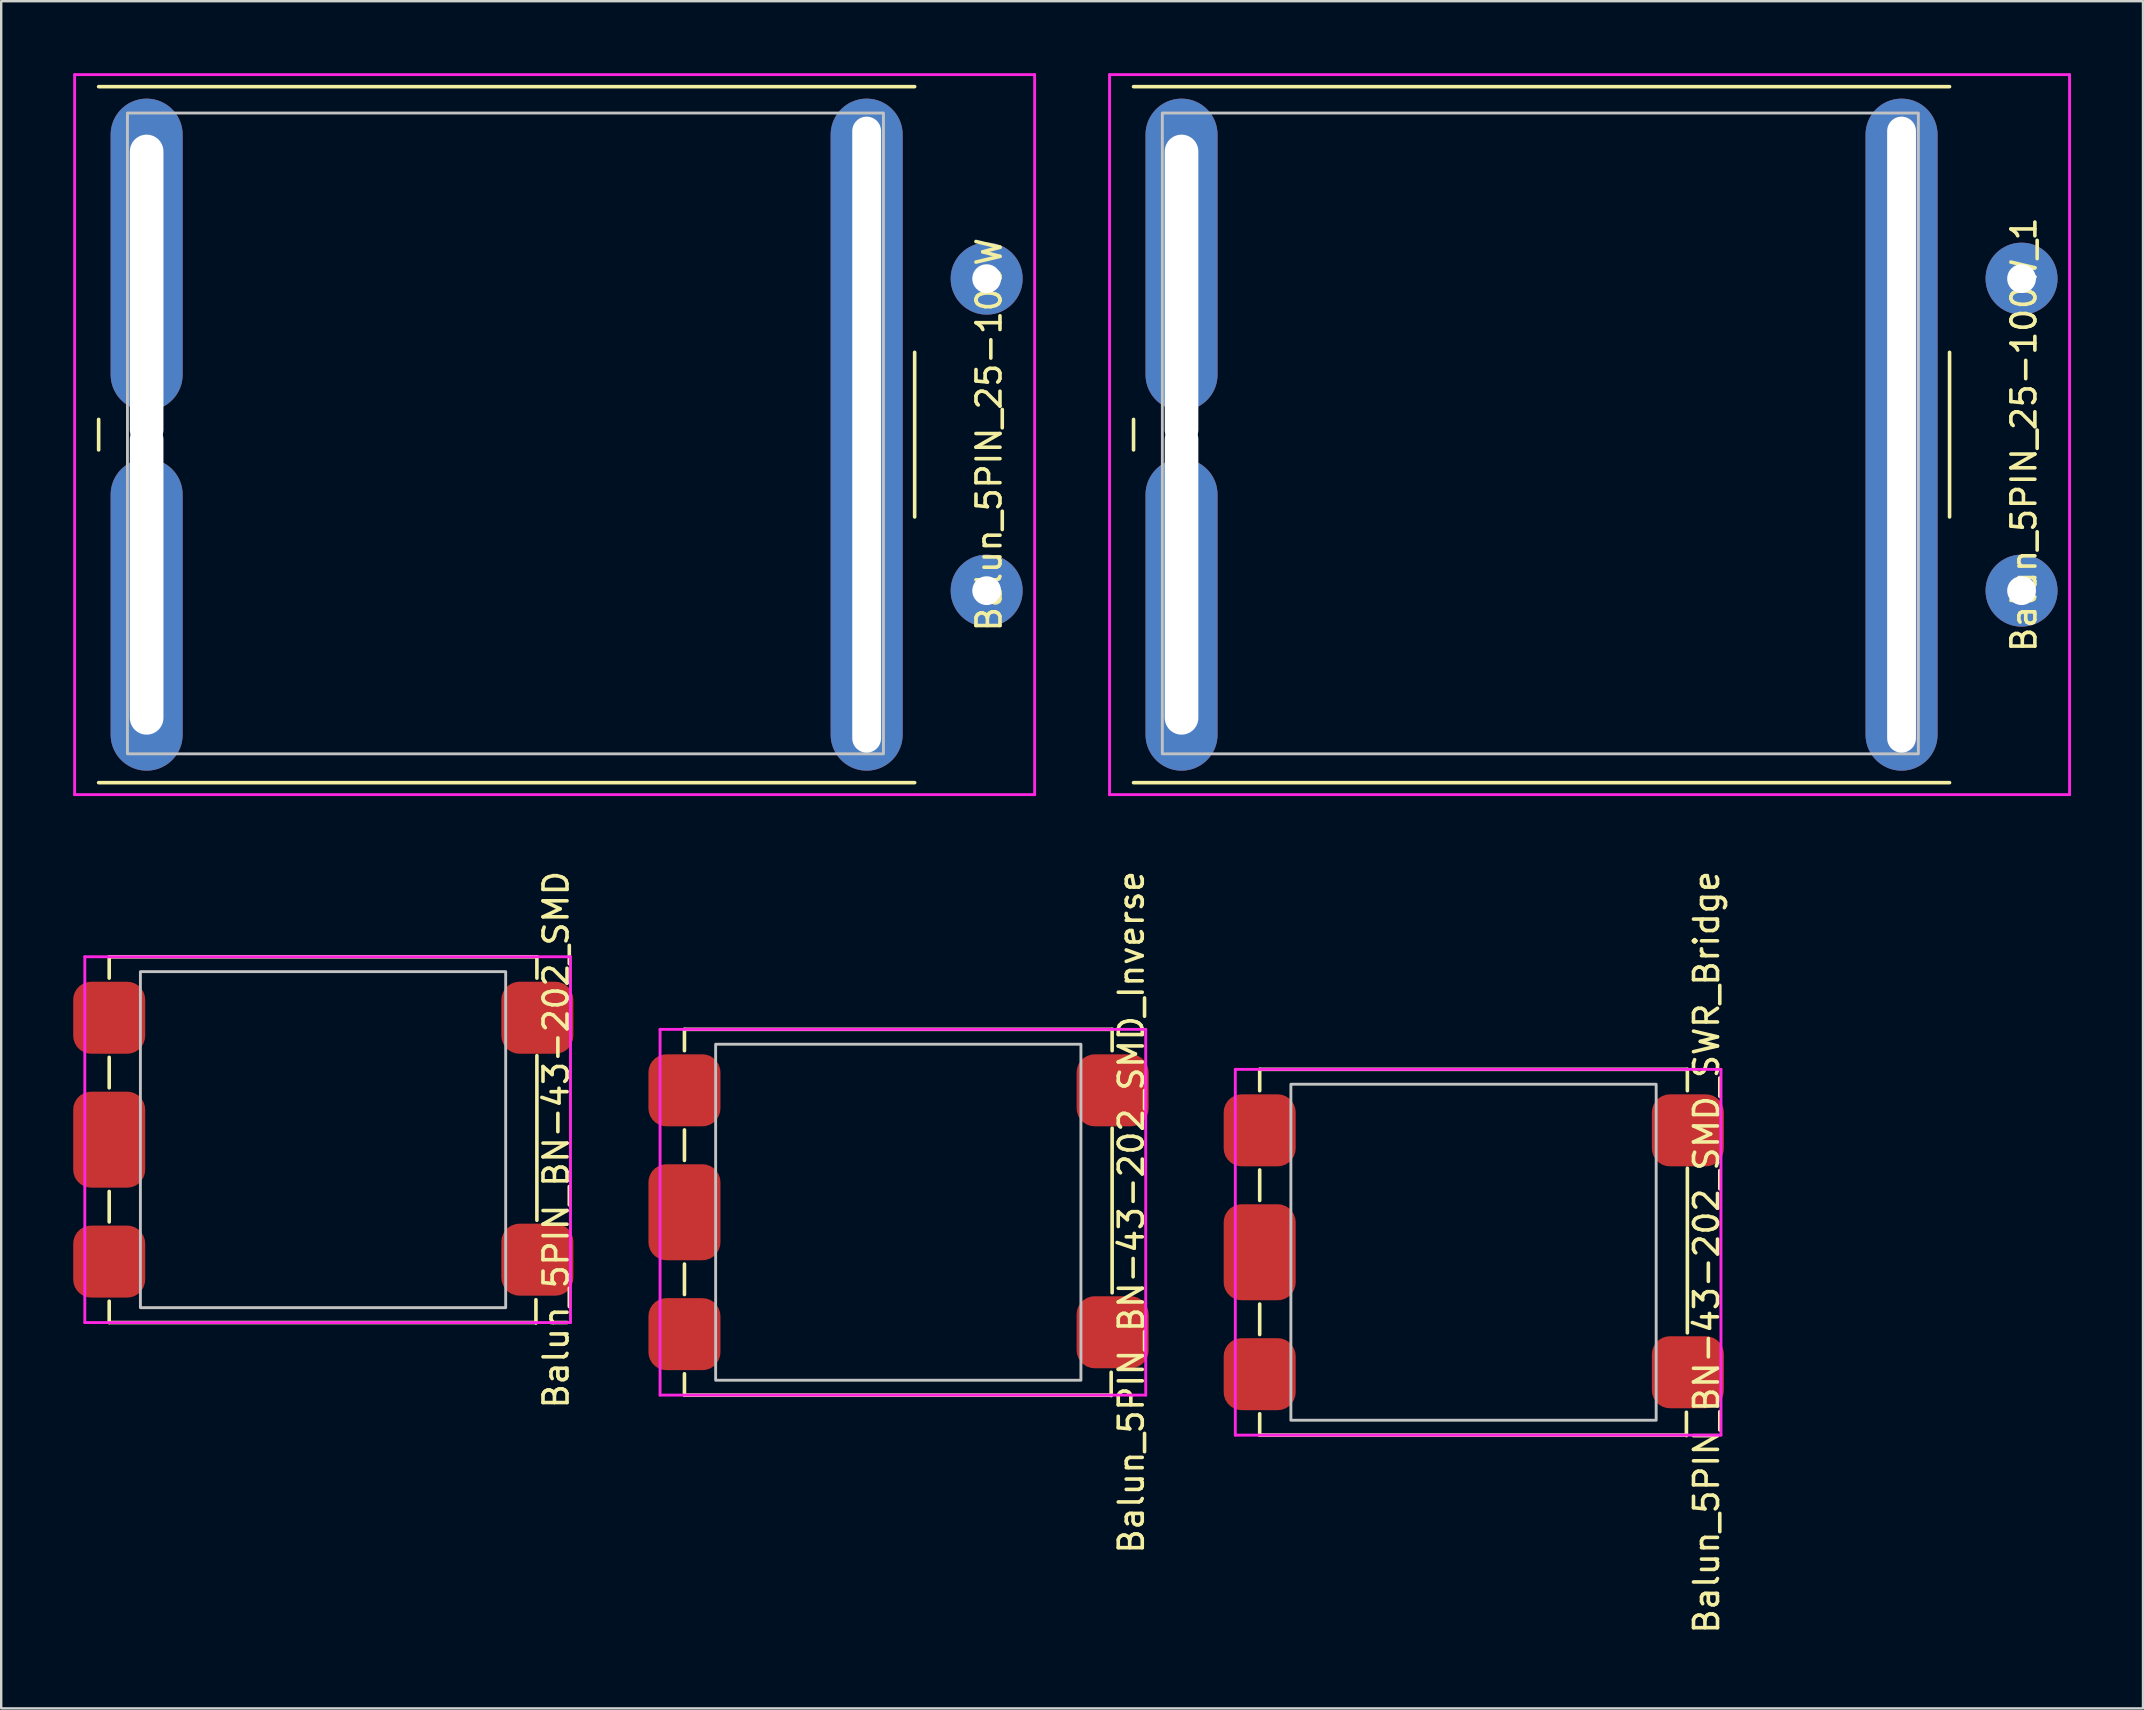
<source format=kicad_pcb>
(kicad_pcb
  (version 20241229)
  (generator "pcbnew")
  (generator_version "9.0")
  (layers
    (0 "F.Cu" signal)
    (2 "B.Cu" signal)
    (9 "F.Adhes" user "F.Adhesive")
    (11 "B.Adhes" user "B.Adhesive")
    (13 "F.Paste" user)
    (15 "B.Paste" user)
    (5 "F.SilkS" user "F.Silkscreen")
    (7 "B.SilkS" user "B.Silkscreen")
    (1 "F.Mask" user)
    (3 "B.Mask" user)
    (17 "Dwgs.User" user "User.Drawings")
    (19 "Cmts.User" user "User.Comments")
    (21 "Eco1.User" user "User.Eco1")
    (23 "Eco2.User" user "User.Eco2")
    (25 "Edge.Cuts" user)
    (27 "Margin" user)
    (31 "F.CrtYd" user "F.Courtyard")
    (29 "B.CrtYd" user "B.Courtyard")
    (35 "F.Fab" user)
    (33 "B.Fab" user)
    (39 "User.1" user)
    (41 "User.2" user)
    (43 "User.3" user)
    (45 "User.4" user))
  (footprint "Balun_5PIN_BN-43-202_SMD_SWR_Bridge"
    (layer "F.Cu")
    (at 58.356 49.126)
    (property "Reference" "Balun_5PIN_BN-43-202_SMD_SWR_Bridge" (at 9.7 0 90) (layer "F.SilkS") (effects (font (size 1 1) (thickness 0.15))))
    (attr through_hole)
    (fp_line (start -8.92 -7.62) (end 8.9 -7.62) (stroke (width 0.15) (type solid)) (layer "F.SilkS"))
    (fp_line (start -8.92 -6.731) (end -8.92 -7.62) (stroke (width 0.15) (type solid)) (layer "F.SilkS"))
    (fp_line (start -8.92 -3.429) (end -8.92 -2.159) (stroke (width 0.15) (type solid)) (layer "F.SilkS"))
    (fp_line (start -8.92 3.429) (end -8.92 2.159) (stroke (width 0.15) (type solid)) (layer "F.SilkS"))
    (fp_line (start -8.92 7.62) (end -8.92 6.731) (stroke (width 0.15) (type solid)) (layer "F.SilkS"))
    (fp_line (start 8.86 6.668) (end 8.86 7.64) (stroke (width 0.15) (type solid)) (layer "F.SilkS"))
    (fp_line (start 8.86 7.62) (end -8.92 7.62) (stroke (width 0.15) (type solid)) (layer "F.SilkS"))
    (fp_line (start 8.9 -7.62) (end 8.9 -6.731) (stroke (width 0.15) (type solid)) (layer "F.SilkS"))
    (fp_line (start 8.9 -3.5) (end 8.9 3.358) (stroke (width 0.15) (type solid)) (layer "F.SilkS"))
    (fp_rect (start -7.62 -7) (end 7.6 7) (stroke (width 0.12) (type solid)) (fill no) (layer "Dwgs.User"))
    (fp_line (start -9.936 -7.62) (end 10.3 -7.62) (stroke (width 0.12) (type solid)) (layer "F.CrtYd"))
    (fp_line (start -9.936 7.62) (end -9.936 -7.62) (stroke (width 0.12) (type solid)) (layer "F.CrtYd"))
    (fp_line (start 10.3 -7.62) (end 10.3 7.62) (stroke (width 0.12) (type solid)) (layer "F.CrtYd"))
    (fp_line (start 10.3 7.62) (end -9.936 7.62) (stroke (width 0.12) (type solid)) (layer "F.CrtYd"))
    (pad "1" smd roundrect (at 8.92 5) (size 3 3) (layers "F.Cu" "F.Mask" "F.Paste") (roundrect_rratio 0.25))
    (pad "2" smd roundrect (at -8.92 5.08) (size 3 3) (layers "F.Cu" "F.Mask" "F.Paste") (roundrect_rratio 0.25))
    (pad "3" smd roundrect (at -8.92 0) (size 3 4) (layers "F.Cu" "F.Mask" "F.Paste") (roundrect_rratio 0.25))
    (pad "4" smd roundrect (at -8.92 -5.08) (size 3 3) (layers "F.Cu" "F.Mask" "F.Paste") (roundrect_rratio 0.25))
    (pad "5" smd roundrect (at 8.92 -5.08) (size 3 3) (layers "F.Cu" "F.Mask" "F.Paste") (roundrect_rratio 0.25)))
  (footprint "Balun_5PIN_25-100W"
    (layer "F.Cu")
    (at 18.06 15.06)
    (property "Reference" "Balun_5PIN_25-100W" (at 20.1 0 90) (layer "F.SilkS") (effects (font (size 1 1) (thickness 0.15))))
    (attr through_hole)
    (fp_line (start -17 -14.5) (end 17 -14.5) (stroke (width 0.15) (type solid)) (layer "F.SilkS"))
    (fp_line (start -17 -0.635) (end -17 0.635) (stroke (width 0.15) (type solid)) (layer "F.SilkS"))
    (fp_line (start 17 -3.429) (end 17 3.429) (stroke (width 0.15) (type solid)) (layer "F.SilkS"))
    (fp_line (start 17 14.5) (end -17 14.5) (stroke (width 0.15) (type solid)) (layer "F.SilkS"))
    (fp_rect (start -15.8 -13.4) (end 15.7 13.3) (stroke (width 0.12) (type solid)) (fill no) (layer "Dwgs.User"))
    (fp_line (start -18 -15) (end 22 -15) (stroke (width 0.12) (type solid)) (layer "F.CrtYd"))
    (fp_line (start -18 15) (end -18 -15) (stroke (width 0.12) (type solid)) (layer "F.CrtYd"))
    (fp_line (start 22 -15) (end 22 15) (stroke (width 0.12) (type solid)) (layer "F.CrtYd"))
    (fp_line (start 22 15) (end -18 15) (stroke (width 0.12) (type solid)) (layer "F.CrtYd"))
    (pad "1" thru_hole oval (at -15 -6) (size 3 13) (drill oval 1.4 14.5 (offset 0 -1.5)) (layers "*.Cu" "*.Mask"))
    (pad "2" thru_hole oval (at 15 0) (size 3 28) (drill oval 1.2 26.5) (layers "*.Cu" "*.Mask"))
    (pad "3" thru_hole oval (at -15 6) (size 3 13) (drill oval 1.4 14.5 (offset 0 1.5)) (layers "*.Cu" "*.Mask"))
    (pad "4" thru_hole circle (at 20 6.5) (size 3 3) (drill 1.2) (layers "*.Cu" "*.Mask"))
    (pad "5" thru_hole circle (at 20 -6.5) (size 3 3) (drill 1.2) (layers "*.Cu" "*.Mask")))
  (footprint "Balun_5PIN_BN-43-202_SMD_Inverse"
    (layer "F.Cu")
    (at 34.388 47.459)
    (property "Reference" "Balun_5PIN_BN-43-202_SMD_Inverse" (at 9.7 0 90) (layer "F.SilkS") (effects (font (size 1 1) (thickness 0.15))))
    (property "Value" "${VALUE}" (at 11.44 0 90) (layer "F.Fab") (hide yes) (effects (font (size 1 1) (thickness 0.15))))
    (attr through_hole)
    (fp_line (start -8.92 -7.62) (end 8.9 -7.62) (stroke (width 0.15) (type solid)) (layer "F.SilkS"))
    (fp_line (start -8.92 -6.731) (end -8.92 -7.62) (stroke (width 0.15) (type solid)) (layer "F.SilkS"))
    (fp_line (start -8.92 -3.429) (end -8.92 -2.159) (stroke (width 0.15) (type solid)) (layer "F.SilkS"))
    (fp_line (start -8.92 3.429) (end -8.92 2.159) (stroke (width 0.15) (type solid)) (layer "F.SilkS"))
    (fp_line (start -8.92 7.62) (end -8.92 6.731) (stroke (width 0.15) (type solid)) (layer "F.SilkS"))
    (fp_line (start 8.86 6.668) (end 8.86 7.64) (stroke (width 0.15) (type solid)) (layer "F.SilkS"))
    (fp_line (start 8.86 7.62) (end -8.92 7.62) (stroke (width 0.15) (type solid)) (layer "F.SilkS"))
    (fp_line (start 8.9 -7.62) (end 8.9 -6.731) (stroke (width 0.15) (type solid)) (layer "F.SilkS"))
    (fp_line (start 8.9 -3.5) (end 8.9 3.358) (stroke (width 0.15) (type solid)) (layer "F.SilkS"))
    (fp_rect (start -7.62 -7) (end 7.6 7) (stroke (width 0.12) (type solid)) (fill no) (layer "Dwgs.User"))
    (fp_line (start -9.936 -7.62) (end 10.3 -7.62) (stroke (width 0.12) (type solid)) (layer "F.CrtYd"))
    (fp_line (start -9.936 7.62) (end -9.936 -7.62) (stroke (width 0.12) (type solid)) (layer "F.CrtYd"))
    (fp_line (start 10.3 -7.62) (end 10.3 7.62) (stroke (width 0.12) (type solid)) (layer "F.CrtYd"))
    (fp_line (start 10.3 7.62) (end -9.936 7.62) (stroke (width 0.12) (type solid)) (layer "F.CrtYd"))
    (pad "1" smd roundrect (at 8.92 -5.08) (size 3 3) (layers "F.Cu" "F.Mask" "F.Paste") (roundrect_rratio 0.25))
    (pad "2" smd roundrect (at -8.92 0) (size 3 4) (layers "F.Cu" "F.Mask" "F.Paste") (roundrect_rratio 0.25))
    (pad "3" smd roundrect (at 8.92 5) (size 3 3) (layers "F.Cu" "F.Mask" "F.Paste") (roundrect_rratio 0.25))
    (pad "4" smd roundrect (at -8.92 5.08) (size 3 3) (layers "F.Cu" "F.Mask" "F.Paste") (roundrect_rratio 0.25))
    (pad "5" smd roundrect (at -8.92 -5.08) (size 3 3) (layers "F.Cu" "F.Mask" "F.Paste") (roundrect_rratio 0.25)))
  (footprint "Balun_5PIN_BN-43-202_SMD"
    (layer "F.Cu")
    (at 10.42 44.435)
    (property "Reference" "Balun_5PIN_BN-43-202_SMD" (at 9.7 0 90) (layer "F.SilkS") (effects (font (size 1 1) (thickness 0.15))))
    (attr through_hole)
    (fp_line (start -8.92 -7.62) (end 8.9 -7.62) (stroke (width 0.15) (type solid)) (layer "F.SilkS"))
    (fp_line (start -8.92 -6.731) (end -8.92 -7.62) (stroke (width 0.15) (type solid)) (layer "F.SilkS"))
    (fp_line (start -8.92 -3.429) (end -8.92 -2.159) (stroke (width 0.15) (type solid)) (layer "F.SilkS"))
    (fp_line (start -8.92 3.429) (end -8.92 2.159) (stroke (width 0.15) (type solid)) (layer "F.SilkS"))
    (fp_line (start -8.92 7.62) (end -8.92 6.731) (stroke (width 0.15) (type solid)) (layer "F.SilkS"))
    (fp_line (start 8.86 6.668) (end 8.86 7.64) (stroke (width 0.15) (type solid)) (layer "F.SilkS"))
    (fp_line (start 8.86 7.62) (end -8.92 7.62) (stroke (width 0.15) (type solid)) (layer "F.SilkS"))
    (fp_line (start 8.9 -7.62) (end 8.9 -6.731) (stroke (width 0.15) (type solid)) (layer "F.SilkS"))
    (fp_line (start 8.9 -3.5) (end 8.9 3.358) (stroke (width 0.15) (type solid)) (layer "F.SilkS"))
    (fp_rect (start -7.62 -7) (end 7.6 7) (stroke (width 0.12) (type solid)) (fill no) (layer "Dwgs.User"))
    (fp_line (start -9.936 -7.62) (end 10.3 -7.62) (stroke (width 0.12) (type solid)) (layer "F.CrtYd"))
    (fp_line (start -9.936 7.62) (end -9.936 -7.62) (stroke (width 0.12) (type solid)) (layer "F.CrtYd"))
    (fp_line (start 10.3 -7.62) (end 10.3 7.62) (stroke (width 0.12) (type solid)) (layer "F.CrtYd"))
    (fp_line (start 10.3 7.62) (end -9.936 7.62) (stroke (width 0.12) (type solid)) (layer "F.CrtYd"))
    (pad "1" smd roundrect (at -8.92 -5.08) (size 3 3) (layers "F.Cu" "F.Mask" "F.Paste") (roundrect_rratio 0.25))
    (pad "2" smd roundrect (at -8.92 0) (size 3 4) (layers "F.Cu" "F.Mask" "F.Paste") (roundrect_rratio 0.25))
    (pad "3" smd roundrect (at -8.92 5.08) (size 3 3) (layers "F.Cu" "F.Mask" "F.Paste") (roundrect_rratio 0.25))
    (pad "4" smd roundrect (at 8.92 5) (size 3 3) (layers "F.Cu" "F.Mask" "F.Paste") (roundrect_rratio 0.25))
    (pad "5" smd roundrect (at 8.92 -5.08) (size 3 3) (layers "F.Cu" "F.Mask" "F.Paste") (roundrect_rratio 0.25)))
  (footprint "Balun_5PIN_25-100W_1"
    (layer "F.Cu")
    (at 61.18 15.06)
    (property "Reference" "Balun_5PIN_25-100W_1" (at 20.1 0 90) (layer "F.SilkS") (effects (font (size 1 1) (thickness 0.15))))
    (attr through_hole)
    (fp_line (start -17 -14.5) (end 17 -14.5) (stroke (width 0.15) (type solid)) (layer "F.SilkS"))
    (fp_line (start -17 -0.635) (end -17 0.635) (stroke (width 0.15) (type solid)) (layer "F.SilkS"))
    (fp_line (start 17 -3.429) (end 17 3.429) (stroke (width 0.15) (type solid)) (layer "F.SilkS"))
    (fp_line (start 17 14.5) (end -17 14.5) (stroke (width 0.15) (type solid)) (layer "F.SilkS"))
    (fp_rect (start -15.8 -13.4) (end 15.7 13.3) (stroke (width 0.12) (type solid)) (fill no) (layer "Dwgs.User"))
    (fp_line (start -18 -15) (end 22 -15) (stroke (width 0.12) (type solid)) (layer "F.CrtYd"))
    (fp_line (start -18 15) (end -18 -15) (stroke (width 0.12) (type solid)) (layer "F.CrtYd"))
    (fp_line (start 22 -15) (end 22 15) (stroke (width 0.12) (type solid)) (layer "F.CrtYd"))
    (fp_line (start 22 15) (end -18 15) (stroke (width 0.12) (type solid)) (layer "F.CrtYd"))
    (pad "1" thru_hole oval (at -15 -6) (size 3 13) (drill oval 1.4 14.5 (offset 0 -1.5)) (layers "*.Cu" "*.Mask"))
    (pad "2" thru_hole oval (at 15 0) (size 3 28) (drill oval 1.2 26.5) (layers "*.Cu" "*.Mask"))
    (pad "3" thru_hole oval (at -15 6) (size 3 13) (drill oval 1.4 14.5 (offset 0 1.5)) (layers "*.Cu" "*.Mask"))
    (pad "4" thru_hole circle (at 20 6.5) (size 3 3) (drill 1.2) (layers "*.Cu" "*.Mask"))
    (pad "5" thru_hole circle (at 20 -6.5) (size 3 3) (drill 1.2) (layers "*.Cu" "*.Mask")))
  (gr_rect
    (start -3 -3)
    (end 86.24 68.132)
    (stroke (width 0.1) (type default))
    (fill no)
    (layer "Edge.Cuts")))
</source>
